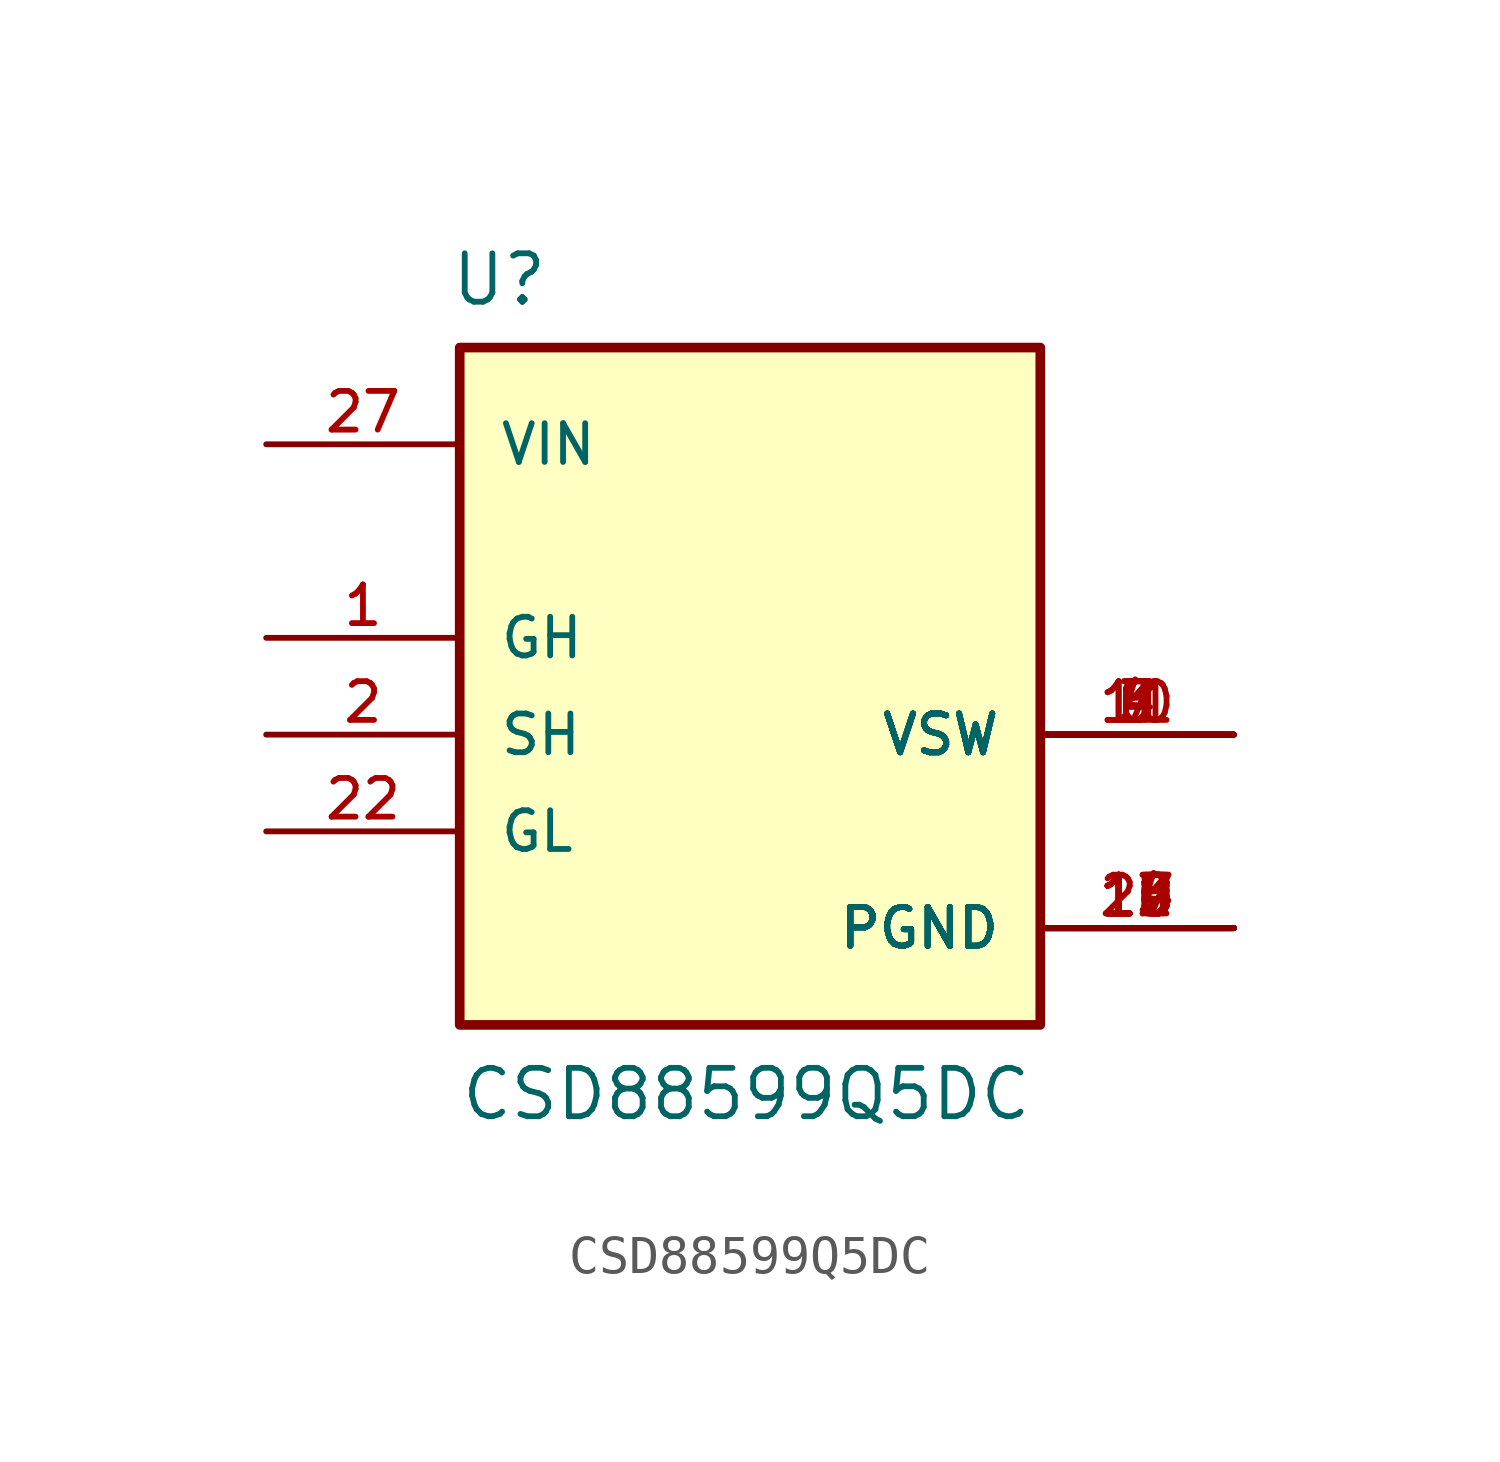
<source format=kicad_sym>
(kicad_symbol_lib
  (version 20211014)
  (generator kicad_symbol_editor)
  (symbol "CSD88599Q5DC"
    (pin_names
      (offset 1.016))
    (property "Reference" "U"
      (at -7.891 11.2 0)
      (effects (font (size 1.27 1.27)) (justify bottom left)))
    (property "Value" "CSD88599Q5DC"
      (at -7.636 -10.181 0)
      (effects (font (size 1.27 1.27)) (justify bottom left)))
    (symbol "CSD88599Q5DC_0_0"
      (rectangle (start -7.62 -7.62) (end 7.62 10.16) (stroke (width 0.254)) (fill (type background)))
      (pin input line (at -12.7 2.54 0) (length 5.08) (name "GH" (effects (font (size 1.016 1.016)))) (number "1" (effects (font (size 1.016 1.016)))))
      (pin input line (at -12.7 0.0 0) (length 5.08) (name "SH" (effects (font (size 1.016 1.016)))) (number "2" (effects (font (size 1.016 1.016)))))
      (pin input line (at -12.7 -2.54 0) (length 5.08) (name "GL" (effects (font (size 1.016 1.016)))) (number "22" (effects (font (size 1.016 1.016)))))
      (pin power_in line (at 12.7 -5.08 180.0) (length 5.08) (name "PGND" (effects (font (size 1.016 1.016)))) (number "12" (effects (font (size 1.016 1.016)))))
      (pin power_in line (at 12.7 -5.08 180.0) (length 5.08) (name "PGND" (effects (font (size 1.016 1.016)))) (number "13" (effects (font (size 1.016 1.016)))))
      (pin power_in line (at 12.7 -5.08 180.0) (length 5.08) (name "PGND" (effects (font (size 1.016 1.016)))) (number "14" (effects (font (size 1.016 1.016)))))
      (pin power_in line (at 12.7 -5.08 180.0) (length 5.08) (name "PGND" (effects (font (size 1.016 1.016)))) (number "15" (effects (font (size 1.016 1.016)))))
      (pin power_in line (at 12.7 -5.08 180.0) (length 5.08) (name "PGND" (effects (font (size 1.016 1.016)))) (number "16" (effects (font (size 1.016 1.016)))))
      (pin power_in line (at 12.7 -5.08 180.0) (length 5.08) (name "PGND" (effects (font (size 1.016 1.016)))) (number "17" (effects (font (size 1.016 1.016)))))
      (pin power_in line (at 12.7 -5.08 180.0) (length 5.08) (name "PGND" (effects (font (size 1.016 1.016)))) (number "18" (effects (font (size 1.016 1.016)))))
      (pin power_in line (at 12.7 -5.08 180.0) (length 5.08) (name "PGND" (effects (font (size 1.016 1.016)))) (number "19" (effects (font (size 1.016 1.016)))))
      (pin power_in line (at 12.7 -5.08 180.0) (length 5.08) (name "PGND" (effects (font (size 1.016 1.016)))) (number "20" (effects (font (size 1.016 1.016)))))
      (pin input line (at -12.7 7.62 0) (length 5.08) (name "VIN" (effects (font (size 1.016 1.016)))) (number "27" (effects (font (size 1.016 1.016)))))
      (pin output line (at 12.7 0.0 180.0) (length 5.08) (name "VSW" (effects (font (size 1.016 1.016)))) (number "3" (effects (font (size 1.016 1.016)))))
      (pin output line (at 12.7 0.0 180.0) (length 5.08) (name "VSW" (effects (font (size 1.016 1.016)))) (number "4" (effects (font (size 1.016 1.016)))))
      (pin output line (at 12.7 0.0 180.0) (length 5.08) (name "VSW" (effects (font (size 1.016 1.016)))) (number "5" (effects (font (size 1.016 1.016)))))
      (pin output line (at 12.7 0.0 180.0) (length 5.08) (name "VSW" (effects (font (size 1.016 1.016)))) (number "6" (effects (font (size 1.016 1.016)))))
      (pin output line (at 12.7 0.0 180.0) (length 5.08) (name "VSW" (effects (font (size 1.016 1.016)))) (number "7" (effects (font (size 1.016 1.016)))))
      (pin output line (at 12.7 0.0 180.0) (length 5.08) (name "VSW" (effects (font (size 1.016 1.016)))) (number "8" (effects (font (size 1.016 1.016)))))
      (pin output line (at 12.7 0.0 180.0) (length 5.08) (name "VSW" (effects (font (size 1.016 1.016)))) (number "9" (effects (font (size 1.016 1.016)))))
      (pin output line (at 12.7 0.0 180.0) (length 5.08) (name "VSW" (effects (font (size 1.016 1.016)))) (number "10" (effects (font (size 1.016 1.016)))))
      (pin output line (at 12.7 0.0 180.0) (length 5.08) (name "VSW" (effects (font (size 1.016 1.016)))) (number "11" (effects (font (size 1.016 1.016))))))))
</source>
